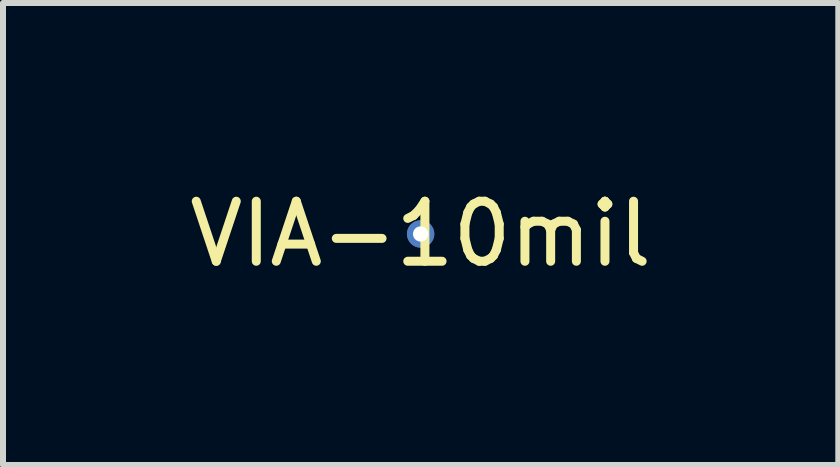
<source format=kicad_pcb>
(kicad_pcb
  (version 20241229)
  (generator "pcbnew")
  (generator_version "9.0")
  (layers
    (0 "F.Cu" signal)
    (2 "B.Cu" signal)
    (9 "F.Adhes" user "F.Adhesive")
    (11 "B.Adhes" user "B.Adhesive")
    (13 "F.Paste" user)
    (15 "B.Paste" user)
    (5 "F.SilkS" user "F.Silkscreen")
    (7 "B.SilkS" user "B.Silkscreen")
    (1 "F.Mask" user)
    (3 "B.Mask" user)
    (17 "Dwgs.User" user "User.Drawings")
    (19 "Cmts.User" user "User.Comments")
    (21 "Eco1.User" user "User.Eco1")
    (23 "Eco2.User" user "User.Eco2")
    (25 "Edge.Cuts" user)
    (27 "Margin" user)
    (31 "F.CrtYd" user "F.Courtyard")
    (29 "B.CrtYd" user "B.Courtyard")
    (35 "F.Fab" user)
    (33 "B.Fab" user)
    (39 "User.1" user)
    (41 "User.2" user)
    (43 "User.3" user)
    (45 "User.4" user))
  (footprint "VIA-10mil"
    (layer "F.Cu")
    (at 3.958 0.848)
    (property "Reference" "VIA-10mil" (at 0 0 0) (layer "F.SilkS") (effects (font (size 1 1) (thickness 0.15))))
    (attr through_hole)
    (pad "1" thru_hole circle (at 0 0) (size 0.457 0.457) (drill 0.254) (layers "*.Cu")))
  (gr_rect
    (start -3 -3)
    (end 10.917 4.697)
    (stroke (width 0.1) (type default))
    (fill no)
    (layer "Edge.Cuts")))
</source>
